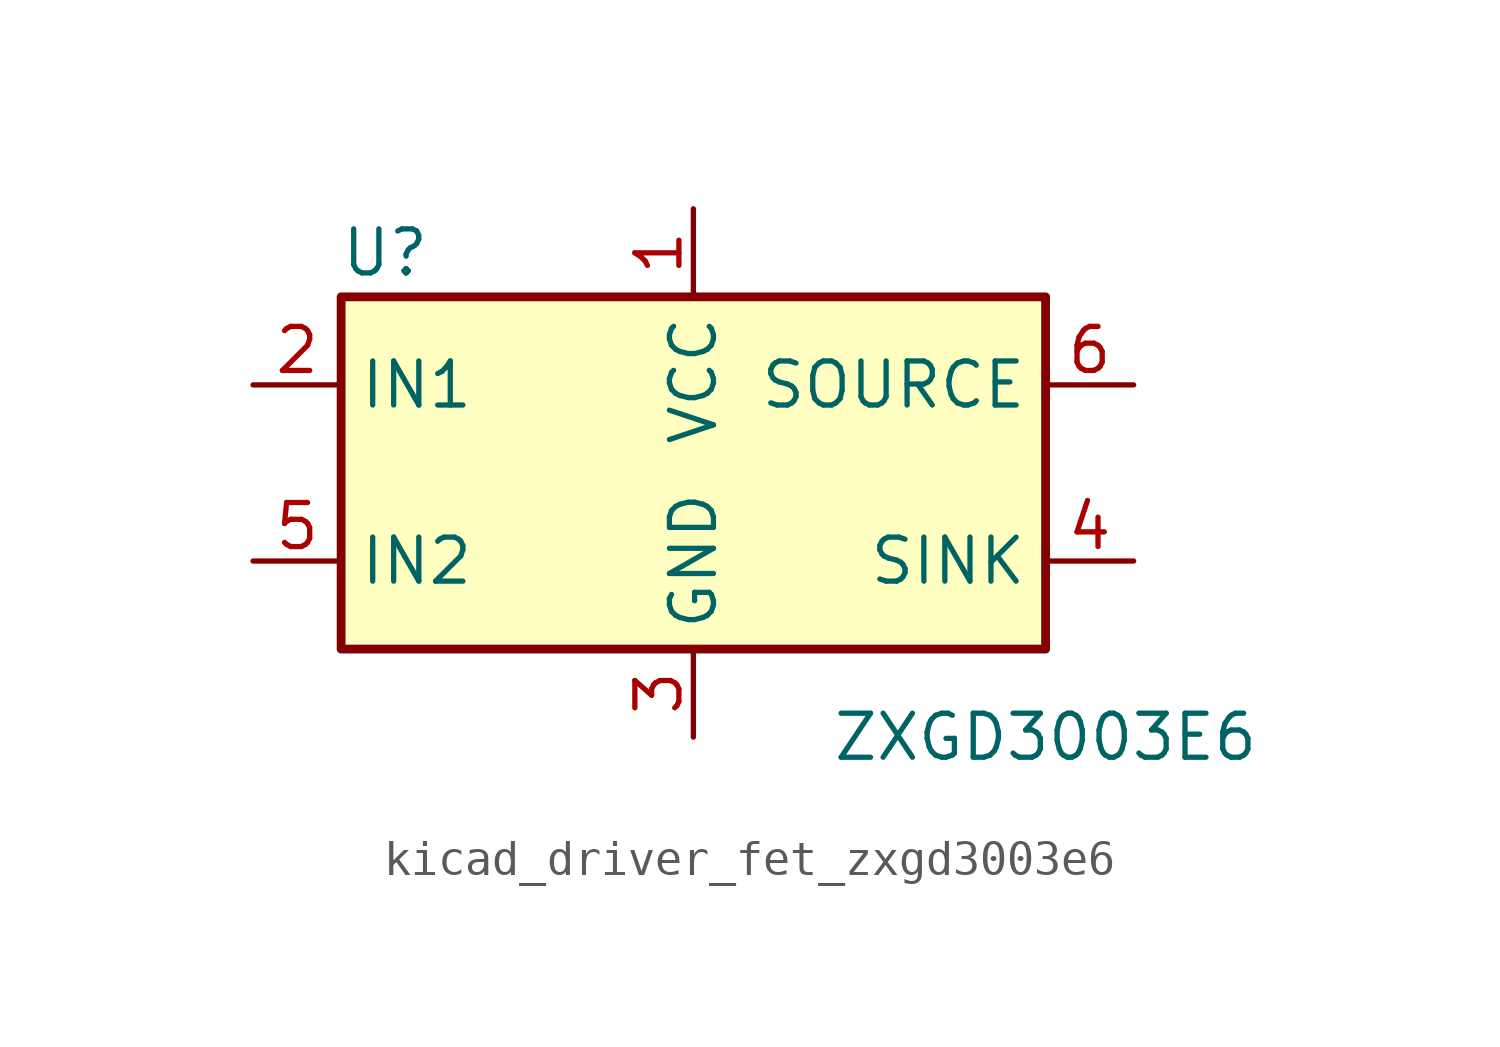
<source format=kicad_sym>
(kicad_symbol_lib
  (version 20220914)
  (generator kicad_symbol_editor)
  (symbol "kicad_driver_fet_zxgd3003e6"
    (property "Reference" "U"
      (at -8.89 6.35 0)
      (effects (font (size 1.27 1.27))))
    (property "Value" "ZXGD3003E6"
      (at 10.16 -7.62 0)
      (effects (font (size 1.27 1.27))))
    (symbol "kicad_driver_fet_zxgd3003e6_0_1"
      (rectangle (start -10.16 5.08) (end 10.16 -5.08) (stroke (width 0.254) (type default)) (fill (type background))))
    (symbol "kicad_driver_fet_zxgd3003e6_1_1"
      (pin power_in line (at 0 7.62 270) (length 2.54) (name "VCC" (effects (font (size 1.27 1.27)))) (number "1" (effects (font (size 1.27 1.27)))))
      (pin input line (at -12.7 2.54 0) (length 2.54) (name "IN1" (effects (font (size 1.27 1.27)))) (number "2" (effects (font (size 1.27 1.27)))))
      (pin power_in line (at 0 -7.62 90) (length 2.54) (name "GND" (effects (font (size 1.27 1.27)))) (number "3" (effects (font (size 1.27 1.27)))))
      (pin open_collector line (at 12.7 -2.54 180) (length 2.54) (name "SINK" (effects (font (size 1.27 1.27)))) (number "4" (effects (font (size 1.27 1.27)))))
      (pin input line (at -12.7 -2.54 0) (length 2.54) (name "IN2" (effects (font (size 1.27 1.27)))) (number "5" (effects (font (size 1.27 1.27)))))
      (pin open_emitter line (at 12.7 2.54 180) (length 2.54) (name "SOURCE" (effects (font (size 1.27 1.27)))) (number "6" (effects (font (size 1.27 1.27))))))))
</source>
